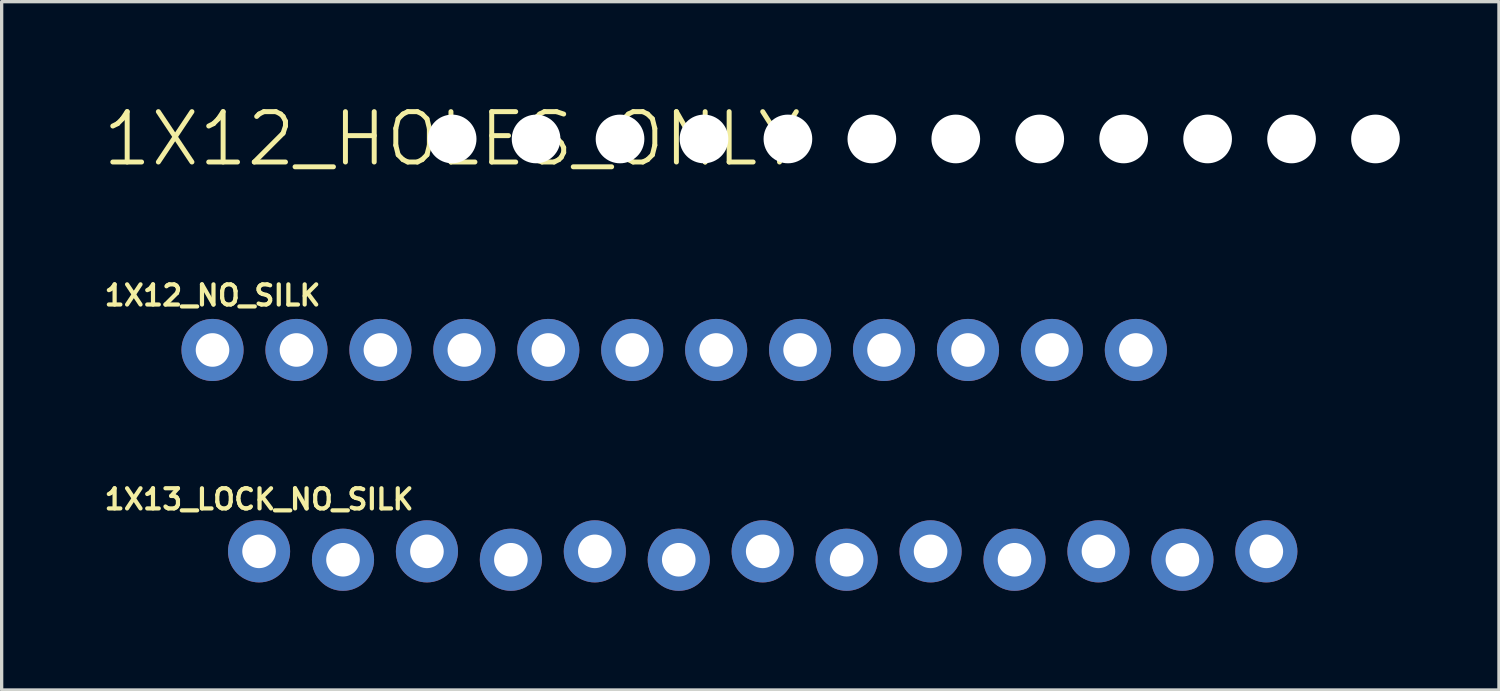
<source format=kicad_pcb>
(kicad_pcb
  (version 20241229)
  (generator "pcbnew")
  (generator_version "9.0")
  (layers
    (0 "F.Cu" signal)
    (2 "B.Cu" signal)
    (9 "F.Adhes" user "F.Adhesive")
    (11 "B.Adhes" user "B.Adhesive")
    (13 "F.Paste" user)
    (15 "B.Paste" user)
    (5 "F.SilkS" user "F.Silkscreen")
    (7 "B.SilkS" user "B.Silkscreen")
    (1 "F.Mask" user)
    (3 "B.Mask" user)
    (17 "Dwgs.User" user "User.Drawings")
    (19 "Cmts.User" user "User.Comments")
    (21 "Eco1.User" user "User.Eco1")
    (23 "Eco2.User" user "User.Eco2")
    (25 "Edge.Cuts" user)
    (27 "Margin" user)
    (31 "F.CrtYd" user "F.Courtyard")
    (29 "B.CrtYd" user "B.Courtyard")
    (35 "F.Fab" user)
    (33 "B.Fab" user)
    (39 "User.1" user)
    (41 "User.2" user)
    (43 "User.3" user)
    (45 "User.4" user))
  (footprint "1X13_LOCK_NO_SILK"
    (layer "F.Cu")
    (at 4.789 13.761)
    (property "Reference" "1X13_LOCK_NO_SILK" (at 0 -1.702 0) (layer "F.SilkS") (effects (font (size 0.61 0.61) (thickness 0.127))))
    (attr exclude_from_pos_files exclude_from_bom)
    (pad "1" thru_hole circle (at 0 -0.127) (size 1.88 1.88) (drill 1.016) (layers "*.Cu" "*.Paste" "*.Mask"))
    (pad "2" thru_hole circle (at 2.54 0.127) (size 1.88 1.88) (drill 1.016) (layers "*.Cu" "*.Paste" "*.Mask"))
    (pad "3" thru_hole circle (at 5.08 -0.127) (size 1.88 1.88) (drill 1.016) (layers "*.Cu" "*.Paste" "*.Mask"))
    (pad "4" thru_hole circle (at 7.62 0.127) (size 1.88 1.88) (drill 1.016) (layers "*.Cu" "*.Paste" "*.Mask"))
    (pad "5" thru_hole circle (at 10.16 -0.127) (size 1.88 1.88) (drill 1.016) (layers "*.Cu" "*.Paste" "*.Mask"))
    (pad "6" thru_hole circle (at 12.7 0.127) (size 1.88 1.88) (drill 1.016) (layers "*.Cu" "*.Paste" "*.Mask"))
    (pad "7" thru_hole circle (at 15.24 -0.127) (size 1.88 1.88) (drill 1.016) (layers "*.Cu" "*.Paste" "*.Mask"))
    (pad "8" thru_hole circle (at 17.78 0.127) (size 1.88 1.88) (drill 1.016) (layers "*.Cu" "*.Paste" "*.Mask"))
    (pad "9" thru_hole circle (at 20.32 -0.127) (size 1.88 1.88) (drill 1.016) (layers "*.Cu" "*.Paste" "*.Mask"))
    (pad "10" thru_hole circle (at 22.86 0.127) (size 1.88 1.88) (drill 1.016) (layers "*.Cu" "*.Paste" "*.Mask"))
    (pad "11" thru_hole circle (at 25.4 -0.127) (size 1.88 1.88) (drill 1.016) (layers "*.Cu" "*.Paste" "*.Mask"))
    (pad "12" thru_hole circle (at 27.94 0.127) (size 1.88 1.88) (drill 1.016) (layers "*.Cu" "*.Paste" "*.Mask"))
    (pad "13" thru_hole circle (at 30.48 -0.127) (size 1.88 1.88) (drill 1.016) (layers "*.Cu" "*.Paste" "*.Mask")))
  (footprint "1X12_HOLES_ONLY"
    (layer "F.Cu")
    (at 10.632 1.155)
    (property "Reference" "1X12_HOLES_ONLY" (at 0 0 0) (layer "F.SilkS") (effects (font (size 1.524 1.524) (thickness 0.15))))
    (attr exclude_from_pos_files exclude_from_bom)
    (fp_circle (center 0 0) (end 0 -0.635) (stroke (width 0.127) (type solid)) (fill no) (layer "Dwgs.User"))
    (fp_circle (center 2.54 0) (end 2.54 -0.635) (stroke (width 0.127) (type solid)) (fill no) (layer "Dwgs.User"))
    (fp_circle (center 5.08 0) (end 5.08 -0.635) (stroke (width 0.127) (type solid)) (fill no) (layer "Dwgs.User"))
    (fp_circle (center 7.62 0) (end 7.62 -0.635) (stroke (width 0.127) (type solid)) (fill no) (layer "Dwgs.User"))
    (fp_circle (center 10.16 0) (end 10.16 -0.635) (stroke (width 0.127) (type solid)) (fill no) (layer "Dwgs.User"))
    (fp_circle (center 12.7 0) (end 12.7 -0.635) (stroke (width 0.127) (type solid)) (fill no) (layer "Dwgs.User"))
    (fp_circle (center 15.24 0) (end 15.24 -0.635) (stroke (width 0.127) (type solid)) (fill no) (layer "Dwgs.User"))
    (fp_circle (center 17.78 0) (end 17.78 -0.635) (stroke (width 0.127) (type solid)) (fill no) (layer "Dwgs.User"))
    (fp_circle (center 20.32 0) (end 20.32 -0.635) (stroke (width 0.127) (type solid)) (fill no) (layer "Dwgs.User"))
    (fp_circle (center 22.86 0) (end 22.86 -0.635) (stroke (width 0.127) (type solid)) (fill no) (layer "Dwgs.User"))
    (fp_circle (center 25.4 0) (end 25.4 -0.635) (stroke (width 0.127) (type solid)) (fill no) (layer "Dwgs.User"))
    (fp_circle (center 27.94 0) (end 27.94 -0.635) (stroke (width 0.127) (type solid)) (fill no) (layer "Dwgs.User"))
    (pad "" np_thru_hole circle (at 0 0) (size 1.473 1.473) (drill 1.473) (layers "*.Cu" "*.Mask"))
    (pad "" np_thru_hole circle (at 2.54 0) (size 1.473 1.473) (drill 1.473) (layers "*.Cu" "*.Mask"))
    (pad "" np_thru_hole circle (at 5.08 0) (size 1.473 1.473) (drill 1.473) (layers "*.Cu" "*.Mask"))
    (pad "" np_thru_hole circle (at 7.62 0) (size 1.473 1.473) (drill 1.473) (layers "*.Cu" "*.Mask"))
    (pad "" np_thru_hole circle (at 10.16 0) (size 1.473 1.473) (drill 1.473) (layers "*.Cu" "*.Mask"))
    (pad "" np_thru_hole circle (at 12.7 0) (size 1.473 1.473) (drill 1.473) (layers "*.Cu" "*.Mask"))
    (pad "" np_thru_hole circle (at 15.24 0) (size 1.473 1.473) (drill 1.473) (layers "*.Cu" "*.Mask"))
    (pad "" np_thru_hole circle (at 17.78 0) (size 1.473 1.473) (drill 1.473) (layers "*.Cu" "*.Mask"))
    (pad "" np_thru_hole circle (at 20.32 0) (size 1.473 1.473) (drill 1.473) (layers "*.Cu" "*.Mask"))
    (pad "" np_thru_hole circle (at 22.86 0) (size 1.473 1.473) (drill 1.473) (layers "*.Cu" "*.Mask"))
    (pad "" np_thru_hole circle (at 25.4 0) (size 1.473 1.473) (drill 1.473) (layers "*.Cu" "*.Mask"))
    (pad "" np_thru_hole circle (at 27.94 0) (size 1.473 1.473) (drill 1.473) (layers "*.Cu" "*.Mask"))
    (pad "1" thru_hole circle (at 0 0) (size 0.813 0.813) (drill 0.889) (layers "*.Cu" "*.Paste" "*.Mask"))
    (pad "2" thru_hole circle (at 2.54 0) (size 0.813 0.813) (drill 0.889) (layers "*.Cu" "*.Paste" "*.Mask"))
    (pad "3" thru_hole circle (at 5.08 0) (size 0.813 0.813) (drill 0.889) (layers "*.Cu" "*.Paste" "*.Mask"))
    (pad "4" thru_hole circle (at 7.62 0) (size 0.813 0.813) (drill 0.889) (layers "*.Cu" "*.Paste" "*.Mask"))
    (pad "5" thru_hole circle (at 10.16 0) (size 0.813 0.813) (drill 0.889) (layers "*.Cu" "*.Paste" "*.Mask"))
    (pad "6" thru_hole circle (at 12.7 0) (size 0.813 0.813) (drill 0.889) (layers "*.Cu" "*.Paste" "*.Mask"))
    (pad "7" thru_hole circle (at 15.24 0) (size 0.813 0.813) (drill 0.889) (layers "*.Cu" "*.Paste" "*.Mask"))
    (pad "8" thru_hole circle (at 17.78 0) (size 0.813 0.813) (drill 0.889) (layers "*.Cu" "*.Paste" "*.Mask"))
    (pad "9" thru_hole circle (at 20.32 0) (size 0.813 0.813) (drill 0.889) (layers "*.Cu" "*.Paste" "*.Mask"))
    (pad "10" thru_hole circle (at 22.86 0) (size 0.813 0.813) (drill 0.889) (layers "*.Cu" "*.Paste" "*.Mask"))
    (pad "11" thru_hole circle (at 25.4 0) (size 0.813 0.813) (drill 0.889) (layers "*.Cu" "*.Paste" "*.Mask"))
    (pad "12" thru_hole circle (at 27.94 0) (size 0.813 0.813) (drill 0.889) (layers "*.Cu" "*.Paste" "*.Mask")))
  (footprint "1X12_NO_SILK"
    (layer "F.Cu")
    (at 3.381 7.54)
    (property "Reference" "1X12_NO_SILK" (at 0 -1.651 0) (layer "F.SilkS") (effects (font (size 0.61 0.61) (thickness 0.127))))
    (attr exclude_from_pos_files exclude_from_bom)
    (pad "1" thru_hole circle (at 0 0) (size 1.88 1.88) (drill 1.016) (layers "*.Cu" "*.Paste" "*.Mask"))
    (pad "2" thru_hole circle (at 2.54 0) (size 1.88 1.88) (drill 1.016) (layers "*.Cu" "*.Paste" "*.Mask"))
    (pad "3" thru_hole circle (at 5.08 0) (size 1.88 1.88) (drill 1.016) (layers "*.Cu" "*.Paste" "*.Mask"))
    (pad "4" thru_hole circle (at 7.62 0) (size 1.88 1.88) (drill 1.016) (layers "*.Cu" "*.Paste" "*.Mask"))
    (pad "5" thru_hole circle (at 10.16 0) (size 1.88 1.88) (drill 1.016) (layers "*.Cu" "*.Paste" "*.Mask"))
    (pad "6" thru_hole circle (at 12.7 0) (size 1.88 1.88) (drill 1.016) (layers "*.Cu" "*.Paste" "*.Mask"))
    (pad "7" thru_hole circle (at 15.24 0) (size 1.88 1.88) (drill 1.016) (layers "*.Cu" "*.Paste" "*.Mask"))
    (pad "8" thru_hole circle (at 17.78 0) (size 1.88 1.88) (drill 1.016) (layers "*.Cu" "*.Paste" "*.Mask"))
    (pad "9" thru_hole circle (at 20.32 0) (size 1.88 1.88) (drill 1.016) (layers "*.Cu" "*.Paste" "*.Mask"))
    (pad "10" thru_hole circle (at 22.86 0) (size 1.88 1.88) (drill 1.016) (layers "*.Cu" "*.Paste" "*.Mask"))
    (pad "11" thru_hole circle (at 25.4 0) (size 1.88 1.88) (drill 1.016) (layers "*.Cu" "*.Paste" "*.Mask"))
    (pad "12" thru_hole circle (at 27.94 0) (size 1.88 1.88) (drill 1.016) (layers "*.Cu" "*.Paste" "*.Mask")))
  (gr_rect
    (start -3 -3)
    (end 42.308 17.828)
    (stroke (width 0.1) (type default))
    (fill no)
    (layer "Edge.Cuts")))
</source>
